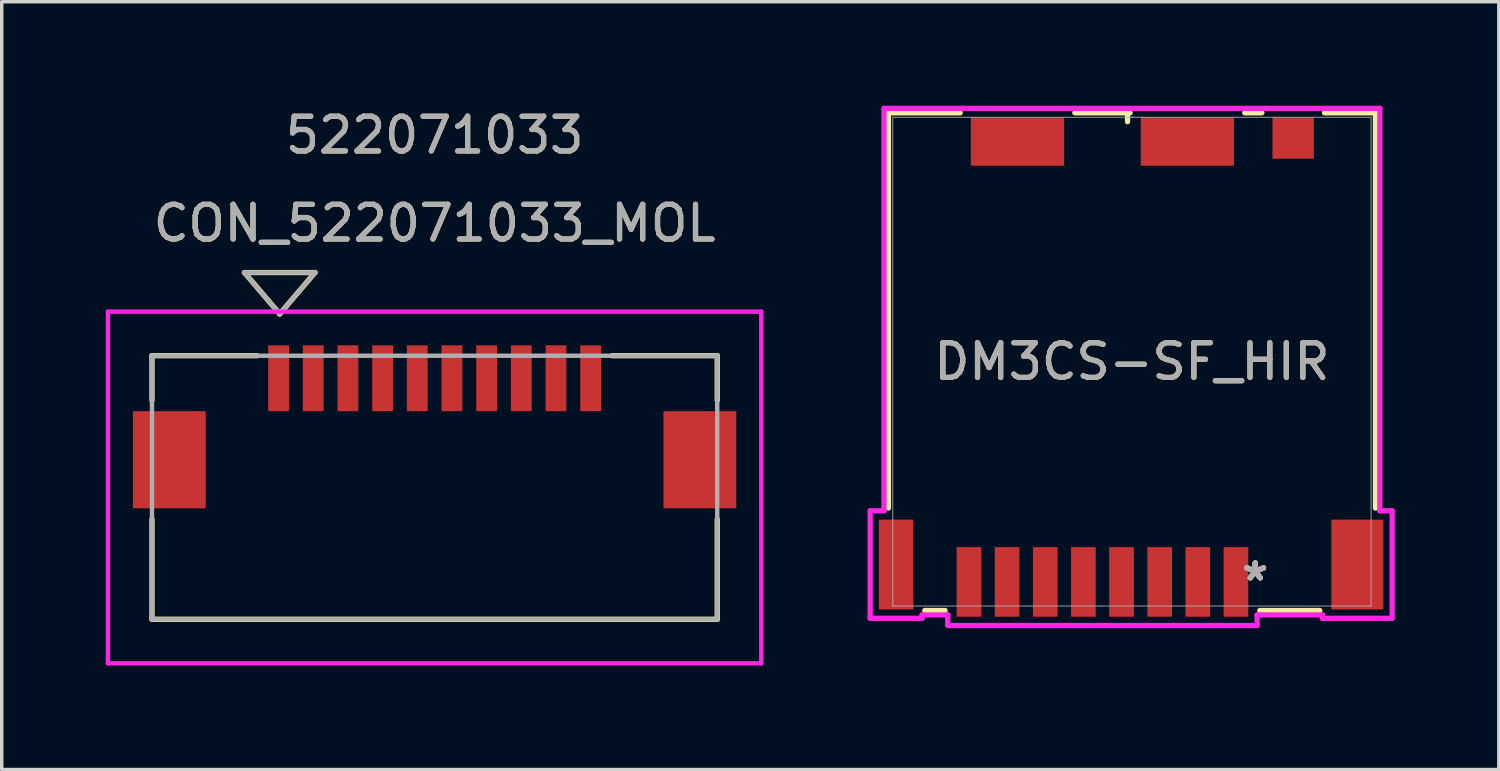
<source format=kicad_pcb>
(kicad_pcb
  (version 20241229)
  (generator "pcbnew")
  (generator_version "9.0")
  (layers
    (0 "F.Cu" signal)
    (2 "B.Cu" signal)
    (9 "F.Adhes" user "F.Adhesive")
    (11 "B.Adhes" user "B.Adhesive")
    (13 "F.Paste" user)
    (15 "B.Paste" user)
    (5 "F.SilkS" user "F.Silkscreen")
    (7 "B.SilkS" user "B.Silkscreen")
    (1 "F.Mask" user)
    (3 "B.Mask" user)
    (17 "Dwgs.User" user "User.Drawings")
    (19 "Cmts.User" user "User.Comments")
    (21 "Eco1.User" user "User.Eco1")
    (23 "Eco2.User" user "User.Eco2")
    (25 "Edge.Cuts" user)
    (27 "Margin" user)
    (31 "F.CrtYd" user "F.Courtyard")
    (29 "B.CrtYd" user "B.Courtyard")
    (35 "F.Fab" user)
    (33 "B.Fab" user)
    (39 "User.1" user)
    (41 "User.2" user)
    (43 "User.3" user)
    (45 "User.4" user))
  (footprint "DM3CS-SF_HIR"
    (layer "F.Cu")
    (at 29.592 7.379)
    (property "Reference" "DM3CS-SF_HIR" (at 0 0 0) (unlocked yes) (layer "F.SilkS") (effects (font (size 1 1) (thickness 0.15))))
    (attr smd)
    (fp_line (start -7.023 -7.176) (end -7.023 4.223) (stroke (width 0.152) (type solid)) (layer "F.SilkS"))
    (fp_line (start -5.973 7.176) (end -5.388 7.176) (stroke (width 0.152) (type solid)) (layer "F.SilkS"))
    (fp_line (start -4.953 -7.176) (end -7.023 -7.176) (stroke (width 0.152) (type solid)) (layer "F.SilkS"))
    (fp_line (start -0.127 -7.176) (end -0.127 -6.921) (stroke (width 0.152) (type solid)) (layer "F.SilkS"))
    (fp_line (start -0.053 -7.176) (end -1.647 -7.176) (stroke (width 0.152) (type solid)) (layer "F.SilkS"))
    (fp_line (start 3.688 7.176) (end 5.419 7.176) (stroke (width 0.152) (type solid)) (layer "F.SilkS"))
    (fp_line (start 3.747 -7.176) (end 3.253 -7.176) (stroke (width 0.152) (type solid)) (layer "F.SilkS"))
    (fp_line (start 7.023 -7.176) (end 5.553 -7.176) (stroke (width 0.152) (type solid)) (layer "F.SilkS"))
    (fp_line (start 7.023 4.223) (end 7.023 -7.176) (stroke (width 0.152) (type solid)) (layer "F.SilkS"))
    (fp_line (start -7.549 4.302) (end -7.549 7.401) (stroke (width 0.152) (type solid)) (layer "F.CrtYd"))
    (fp_line (start -7.549 7.401) (end -6.051 7.401) (stroke (width 0.152) (type solid)) (layer "F.CrtYd"))
    (fp_line (start -7.15 -7.303) (end -7.15 4.302) (stroke (width 0.152) (type solid)) (layer "F.CrtYd"))
    (fp_line (start -7.15 4.302) (end -7.549 4.302) (stroke (width 0.152) (type solid)) (layer "F.CrtYd"))
    (fp_line (start -6.051 7.303) (end -5.31 7.303) (stroke (width 0.152) (type solid)) (layer "F.CrtYd"))
    (fp_line (start -6.051 7.401) (end -6.051 7.303) (stroke (width 0.152) (type solid)) (layer "F.CrtYd"))
    (fp_line (start -5.31 7.303) (end -5.31 7.609) (stroke (width 0.152) (type solid)) (layer "F.CrtYd"))
    (fp_line (start -5.31 7.609) (end 3.61 7.609) (stroke (width 0.152) (type solid)) (layer "F.CrtYd"))
    (fp_line (start 3.61 7.303) (end 5.497 7.303) (stroke (width 0.152) (type solid)) (layer "F.CrtYd"))
    (fp_line (start 3.61 7.609) (end 3.61 7.303) (stroke (width 0.152) (type solid)) (layer "F.CrtYd"))
    (fp_line (start 5.497 7.303) (end 5.497 7.401) (stroke (width 0.152) (type solid)) (layer "F.CrtYd"))
    (fp_line (start 5.497 7.401) (end 7.503 7.401) (stroke (width 0.152) (type solid)) (layer "F.CrtYd"))
    (fp_line (start 7.15 -7.303) (end -7.15 -7.303) (stroke (width 0.152) (type solid)) (layer "F.CrtYd"))
    (fp_line (start 7.15 4.302) (end 7.15 -7.303) (stroke (width 0.152) (type solid)) (layer "F.CrtYd"))
    (fp_line (start 7.503 4.302) (end 7.15 4.302) (stroke (width 0.152) (type solid)) (layer "F.CrtYd"))
    (fp_line (start 7.503 7.401) (end 7.503 4.302) (stroke (width 0.152) (type solid)) (layer "F.CrtYd"))
    (fp_line (start -6.896 -7.048) (end -6.896 7.048) (stroke (width 0.025) (type solid)) (layer "F.Fab"))
    (fp_line (start -6.896 7.048) (end 6.896 7.048) (stroke (width 0.025) (type solid)) (layer "F.Fab"))
    (fp_line (start 0 -7.048) (end 0 -7.048) (stroke (width 0.025) (type solid)) (layer "F.Fab"))
    (fp_line (start 0 -7.048) (end 0 -7.048) (stroke (width 0.025) (type solid)) (layer "F.Fab"))
    (fp_line (start 0 -7.048) (end 0 -7.048) (stroke (width 0.025) (type solid)) (layer "F.Fab"))
    (fp_line (start 0 -7.048) (end 0 -7.048) (stroke (width 0.025) (type solid)) (layer "F.Fab"))
    (fp_line (start 6.896 -7.048) (end -6.896 -7.048) (stroke (width 0.025) (type solid)) (layer "F.Fab"))
    (fp_line (start 6.896 7.048) (end 6.896 -7.048) (stroke (width 0.025) (type solid)) (layer "F.Fab"))
    (fp_text user "*" (at 3.556 6.35 0) (layer "F.SilkS") (effects (font (size 1 1) (thickness 0.15))))
    (fp_text user "*" (at 3.556 6.35 0) (unlocked yes) (layer "F.SilkS") (effects (font (size 1 1) (thickness 0.15))))
    (fp_text user "${REFERENCE}" (at 0 0 0) (unlocked yes) (layer "F.Fab") (effects (font (size 1 1) (thickness 0.15))))
    (fp_text user "*" (at 3.556 6.35 0) (layer "F.Fab") (effects (font (size 1 1) (thickness 0.15))))
    (fp_text user "*" (at 3.556 6.35 0) (unlocked yes) (layer "F.Fab") (effects (font (size 1 1) (thickness 0.15))))
    (pad "1" smd rect (at 3 6.352) (size 0.711 2.007) (layers "F.Cu" "F.Mask" "F.Paste"))
    (pad "2" smd rect (at 1.9 6.352) (size 0.711 2.007) (layers "F.Cu" "F.Mask" "F.Paste"))
    (pad "3" smd rect (at 0.8 6.352) (size 0.711 2.007) (layers "F.Cu" "F.Mask" "F.Paste"))
    (pad "4" smd rect (at -0.3 6.352) (size 0.711 2.007) (layers "F.Cu" "F.Mask" "F.Paste"))
    (pad "5" smd rect (at -1.4 6.352) (size 0.711 2.007) (layers "F.Cu" "F.Mask" "F.Paste"))
    (pad "6" smd rect (at -2.5 6.352) (size 0.711 2.007) (layers "F.Cu" "F.Mask" "F.Paste"))
    (pad "7" smd rect (at -3.6 6.352) (size 0.711 2.007) (layers "F.Cu" "F.Mask" "F.Paste"))
    (pad "8" smd rect (at -4.7 6.352) (size 0.711 2.007) (layers "F.Cu" "F.Mask" "F.Paste"))
    (pad "9" smd rect (at 1.6 -6.348) (size 2.692 1.397) (layers "F.Cu" "F.Mask" "F.Paste"))
    (pad "10" smd rect (at -6.8 5.851) (size 0.991 2.591) (layers "F.Cu" "F.Mask" "F.Paste"))
    (pad "11" smd rect (at -3.3 -6.348) (size 2.692 1.397) (layers "F.Cu" "F.Mask" "F.Paste"))
    (pad "12" smd rect (at 4.65 -6.449) (size 1.194 1.194) (layers "F.Cu" "F.Mask" "F.Paste"))
    (pad "13" smd rect (at 6.5 5.851) (size 1.499 2.591) (layers "F.Cu" "F.Mask" "F.Paste")))
  (footprint "CON_522071033_MOL"
    (layer "F.Cu")
    (at 9.483 11.008)
    (property "Reference" "CON_522071033_MOL" (at 0 -7.62 0) (unlocked yes) (layer "F.SilkS") (effects (font (size 1 1) (thickness 0.15))))
    (attr smd)
    (fp_line (start -8.15 -3.8) (end -8.15 -2.517) (stroke (width 0.152) (type solid)) (layer "F.SilkS"))
    (fp_line (start -8.15 0.918) (end -8.15 3.8) (stroke (width 0.152) (type solid)) (layer "F.SilkS"))
    (fp_line (start -8.15 3.8) (end 8.15 3.8) (stroke (width 0.152) (type solid)) (layer "F.SilkS"))
    (fp_line (start -5.483 -6.198) (end -4.467 -5.004) (stroke (width 0.152) (type solid)) (layer "F.SilkS"))
    (fp_line (start -5.483 -6.198) (end -3.451 -6.198) (stroke (width 0.152) (type solid)) (layer "F.SilkS"))
    (fp_line (start -5.117 -3.8) (end -8.15 -3.8) (stroke (width 0.152) (type solid)) (layer "F.SilkS"))
    (fp_line (start -3.451 -6.198) (end -4.467 -5.004) (stroke (width 0.152) (type solid)) (layer "F.SilkS"))
    (fp_line (start 8.15 -3.8) (end 5.118 -3.8) (stroke (width 0.152) (type solid)) (layer "F.SilkS"))
    (fp_line (start 8.15 -2.517) (end 8.15 -3.8) (stroke (width 0.152) (type solid)) (layer "F.SilkS"))
    (fp_line (start 8.15 3.8) (end 8.15 0.918) (stroke (width 0.152) (type solid)) (layer "F.SilkS"))
    (fp_line (start -9.42 -5.07) (end -9.42 5.07) (stroke (width 0.127) (type solid)) (layer "F.CrtYd"))
    (fp_line (start -9.42 5.07) (end 9.42 5.07) (stroke (width 0.127) (type solid)) (layer "F.CrtYd"))
    (fp_line (start 9.42 -5.07) (end -9.42 -5.07) (stroke (width 0.127) (type solid)) (layer "F.CrtYd"))
    (fp_line (start 9.42 5.07) (end 9.42 -5.07) (stroke (width 0.127) (type solid)) (layer "F.CrtYd"))
    (fp_line (start -8.15 -3.8) (end -8.15 3.8) (stroke (width 0.127) (type solid)) (layer "F.Fab"))
    (fp_line (start -8.15 3.8) (end 8.15 3.8) (stroke (width 0.127) (type solid)) (layer "F.Fab"))
    (fp_line (start -5.483 -6.198) (end -4.467 -5.004) (stroke (width 0.127) (type solid)) (layer "F.Fab"))
    (fp_line (start -5.483 -6.198) (end -3.451 -6.198) (stroke (width 0.127) (type solid)) (layer "F.Fab"))
    (fp_line (start -3.451 -6.198) (end -4.467 -5.004) (stroke (width 0.127) (type solid)) (layer "F.Fab"))
    (fp_line (start 8.15 -3.8) (end -8.15 -3.8) (stroke (width 0.127) (type solid)) (layer "F.Fab"))
    (fp_line (start 8.15 3.8) (end 8.15 -3.8) (stroke (width 0.127) (type solid)) (layer "F.Fab"))
    (fp_text user "522071033" (at 0 -10.16 0) (unlocked yes) (layer "F.SilkS") (effects (font (size 1 1) (thickness 0.15))))
    (fp_text user "${REFERENCE}" (at 0 -7.62 0) (unlocked yes) (layer "F.Fab") (effects (font (size 1 1) (thickness 0.15))))
    (fp_text user "522071033" (at 0 -10.16 0) (unlocked yes) (layer "F.Fab") (effects (font (size 1 1) (thickness 0.15))))
    (pad "1" smd rect (at -4.5 -3.15) (size 0.6 1.9) (layers "F.Cu" "F.Mask" "F.Paste"))
    (pad "2" smd rect (at -3.5 -3.15) (size 0.6 1.9) (layers "F.Cu" "F.Mask" "F.Paste"))
    (pad "3" smd rect (at -2.5 -3.15) (size 0.6 1.9) (layers "F.Cu" "F.Mask" "F.Paste"))
    (pad "4" smd rect (at -1.5 -3.15) (size 0.6 1.9) (layers "F.Cu" "F.Mask" "F.Paste"))
    (pad "5" smd rect (at -0.5 -3.15) (size 0.6 1.9) (layers "F.Cu" "F.Mask" "F.Paste"))
    (pad "6" smd rect (at 0.5 -3.15) (size 0.6 1.9) (layers "F.Cu" "F.Mask" "F.Paste"))
    (pad "7" smd rect (at 1.5 -3.15) (size 0.6 1.9) (layers "F.Cu" "F.Mask" "F.Paste"))
    (pad "8" smd rect (at 2.5 -3.15) (size 0.6 1.9) (layers "F.Cu" "F.Mask" "F.Paste"))
    (pad "9" smd rect (at 3.5 -3.15) (size 0.6 1.9) (layers "F.Cu" "F.Mask" "F.Paste"))
    (pad "10" smd rect (at 4.5 -3.15) (size 0.6 1.9) (layers "F.Cu" "F.Mask" "F.Paste"))
    (pad "P1" smd rect (at -7.65 -0.8) (size 2.1 2.8) (layers "F.Cu" "F.Mask" "F.Paste"))
    (pad "P2" smd rect (at 7.65 -0.8) (size 2.1 2.8) (layers "F.Cu" "F.Mask" "F.Paste")))
  (gr_rect
    (start -3 -3)
    (end 40.172 19.142)
    (stroke (width 0.1) (type default))
    (fill no)
    (layer "Edge.Cuts")))
</source>
